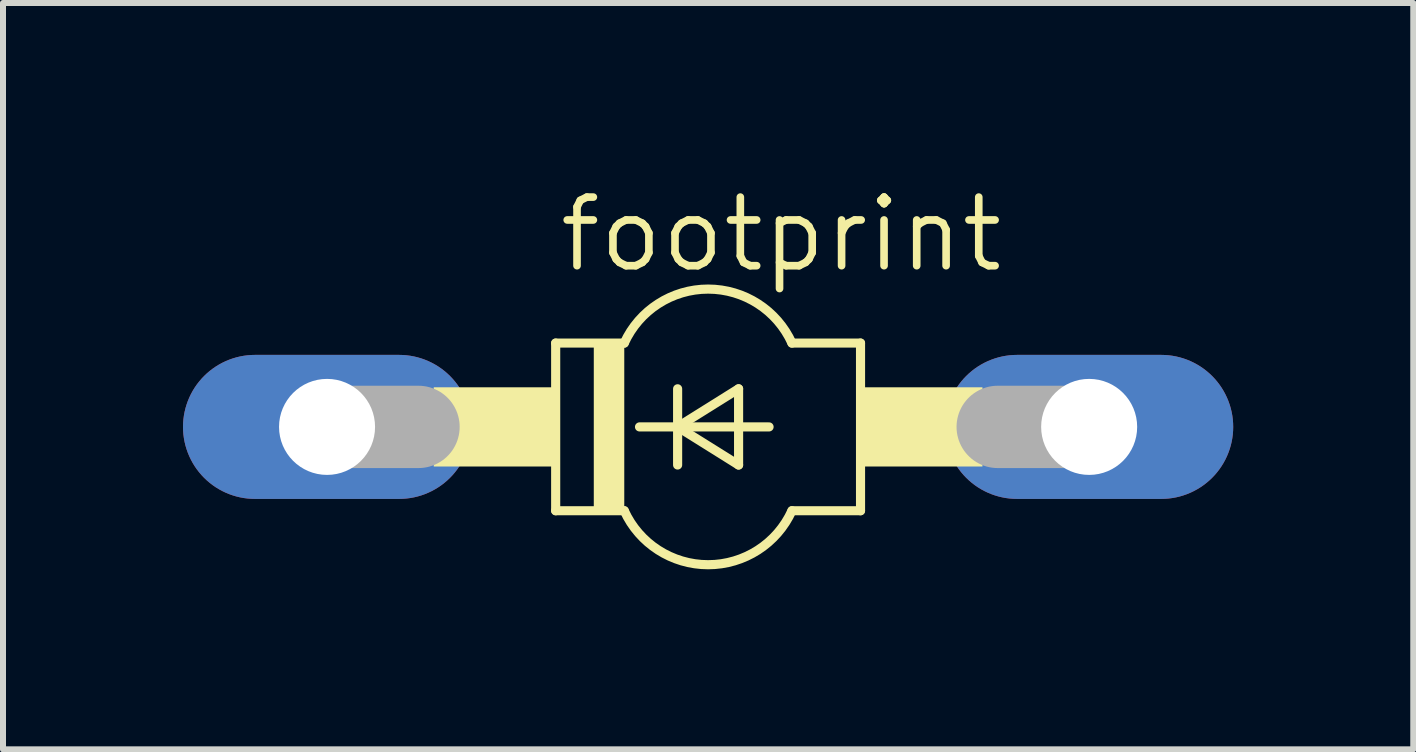
<source format=kicad_pcb>
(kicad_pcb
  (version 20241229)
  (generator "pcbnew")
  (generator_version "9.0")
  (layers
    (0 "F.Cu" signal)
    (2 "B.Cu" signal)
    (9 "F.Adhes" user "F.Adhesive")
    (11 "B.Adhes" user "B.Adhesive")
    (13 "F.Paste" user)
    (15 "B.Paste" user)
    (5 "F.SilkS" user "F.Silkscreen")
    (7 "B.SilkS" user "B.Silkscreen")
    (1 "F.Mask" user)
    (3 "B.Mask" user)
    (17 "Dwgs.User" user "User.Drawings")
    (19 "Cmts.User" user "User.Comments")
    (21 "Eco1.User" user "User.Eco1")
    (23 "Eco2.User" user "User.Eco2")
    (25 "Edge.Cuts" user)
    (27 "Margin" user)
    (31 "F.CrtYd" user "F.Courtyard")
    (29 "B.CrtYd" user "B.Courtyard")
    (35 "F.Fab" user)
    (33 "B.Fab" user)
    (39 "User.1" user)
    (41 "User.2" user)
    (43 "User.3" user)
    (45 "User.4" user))
  (footprint "footprint"
    (layer "F.Cu")
    (at 8.75 4.064)
    (property "Reference" "footprint" (at -2.54 -2.54 0) (layer "F.SilkS") (effects (font (size 1.143 1.143) (thickness 0.127)) (justify left bottom)))
    (fp_line (start -2.54 -1.397) (end -2.54 1.397) (stroke (width 0.152) (type solid)) (layer "F.SilkS"))
    (fp_line (start -2.54 -1.397) (end -1.397 -1.397) (stroke (width 0.152) (type solid)) (layer "F.SilkS"))
    (fp_line (start -2.54 1.397) (end -1.397 1.397) (stroke (width 0.152) (type solid)) (layer "F.SilkS"))
    (fp_line (start -1.143 0) (end -0.508 0) (stroke (width 0.152) (type solid)) (layer "F.SilkS"))
    (fp_line (start -0.508 -0.635) (end -0.508 0) (stroke (width 0.152) (type solid)) (layer "F.SilkS"))
    (fp_line (start -0.508 0) (end -0.508 0.635) (stroke (width 0.152) (type solid)) (layer "F.SilkS"))
    (fp_line (start -0.508 0) (end 0.508 -0.635) (stroke (width 0.152) (type solid)) (layer "F.SilkS"))
    (fp_line (start -0.508 0) (end 1.016 0) (stroke (width 0.152) (type solid)) (layer "F.SilkS"))
    (fp_line (start 0.508 -0.635) (end 0.508 0.635) (stroke (width 0.152) (type solid)) (layer "F.SilkS"))
    (fp_line (start 0.508 0.635) (end -0.508 0) (stroke (width 0.152) (type solid)) (layer "F.SilkS"))
    (fp_line (start 1.397 1.397) (end 2.54 1.397) (stroke (width 0.152) (type solid)) (layer "F.SilkS"))
    (fp_line (start 2.54 -1.397) (end 1.397 -1.397) (stroke (width 0.152) (type solid)) (layer "F.SilkS"))
    (fp_line (start 2.54 1.397) (end 2.54 -1.397) (stroke (width 0.152) (type solid)) (layer "F.SilkS"))
    (fp_arc (start -1.397 -1.397) (mid 0.000001 -2.296546) (end 1.397001 -1.396998) (stroke (width 0.1524) (type solid)) (layer "F.SilkS"))
    (fp_arc (start 1.397001 1.396998) (mid 0.000001 2.296546) (end -1.397 1.397) (stroke (width 0.1524) (type solid)) (layer "F.SilkS"))
    (fp_poly (pts (xy -4.572 0.66) (xy -2.54 0.66) (xy -2.54 -0.66) (xy -4.572 -0.66)) (stroke (width 0) (type solid)) (fill yes) (layer "F.SilkS"))
    (fp_poly (pts (xy -1.905 1.397) (xy -1.397 1.397) (xy -1.397 -1.397) (xy -1.905 -1.397)) (stroke (width 0) (type solid)) (fill yes) (layer "F.SilkS"))
    (fp_poly (pts (xy 2.54 0.66) (xy 4.572 0.66) (xy 4.572 -0.66) (xy 2.54 -0.66)) (stroke (width 0) (type solid)) (fill yes) (layer "F.SilkS"))
    (fp_line (start -6.35 0) (end -4.826 0) (stroke (width 1.372) (type solid)) (layer "F.Fab"))
    (fp_line (start 6.35 0) (end 4.826 0) (stroke (width 1.372) (type solid)) (layer "F.Fab"))
    (pad "A" thru_hole oval (at 6.35 0) (size 4.801 2.4) (drill 1.6) (layers "*.Cu" "*.Mask"))
    (pad "C" thru_hole oval (at -6.35 0) (size 4.801 2.4) (drill 1.6) (layers "*.Cu" "*.Mask")))
  (gr_rect
    (start -3 -3)
    (end 20.501 9.437)
    (stroke (width 0.1) (type default))
    (fill no)
    (layer "Edge.Cuts")))
</source>
